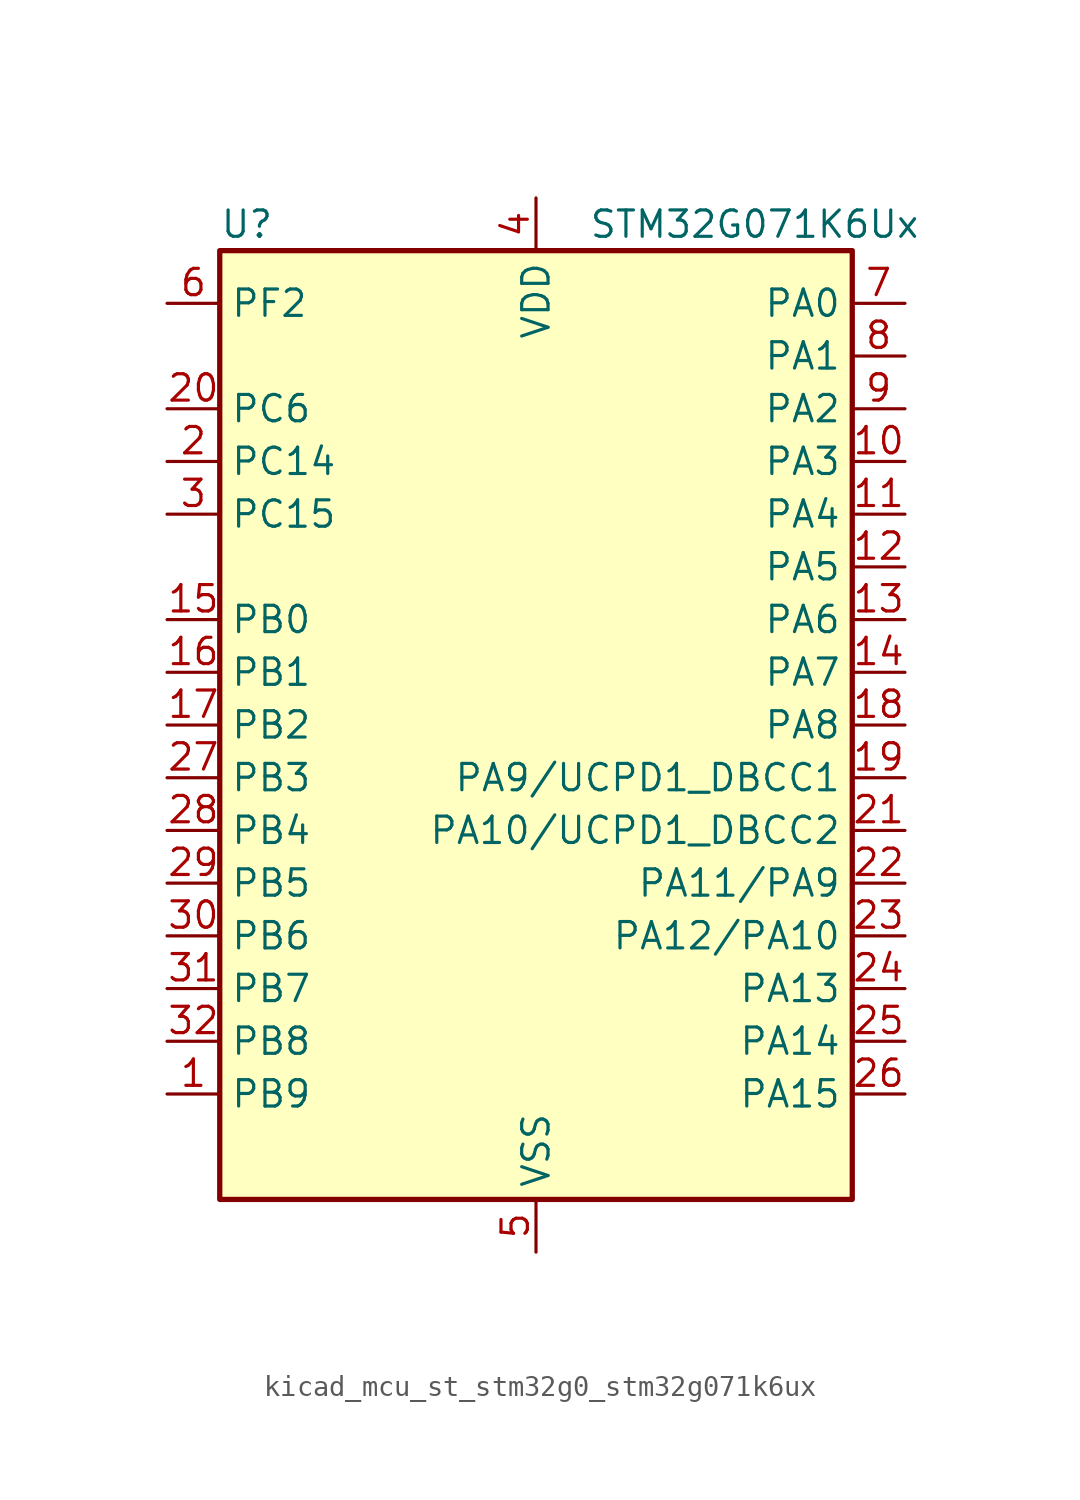
<source format=kicad_sym>
(kicad_symbol_lib
  (version 20220914)
  (generator kicad_symbol_editor)
  (symbol "kicad_mcu_st_stm32g0_stm32g071k6ux"
    (property "Reference" "U"
      (at -15.24 24.13 0)
      (effects (font (size 1.27 1.27)) (justify left)))
    (property "Value" "STM32G071K6Ux"
      (at 2.54 24.13 0)
      (effects (font (size 1.27 1.27)) (justify left)))
    (property "ki_locked" ""
      (at 0 0 0)
      (effects (font (size 1.27 1.27))))
    (symbol "kicad_mcu_st_stm32g0_stm32g071k6ux_0_1"
      (rectangle (start -15.24 -22.86) (end 15.24 22.86) (stroke (width 0.254) (type default)) (fill (type background))))
    (symbol "kicad_mcu_st_stm32g0_stm32g071k6ux_1_1"
      (pin bidirectional line (at -17.78 -17.78 0) (length 2.54) (name "PB9" (effects (font (size 1.27 1.27)))) (number "1" (effects (font (size 1.27 1.27)))) (alternate "DAC1_EXTI9" bidirectional line) (alternate "I2C1_SDA" bidirectional line) (alternate "IR_OUT" bidirectional line) (alternate "SPI2_NSS" bidirectional line) (alternate "TIM17_CH1" bidirectional line) (alternate "USART3_RX" bidirectional line))
      (pin bidirectional line (at 17.78 12.7 180) (length 2.54) (name "PA3" (effects (font (size 1.27 1.27)))) (number "10" (effects (font (size 1.27 1.27)))) (alternate "ADC1_IN3" bidirectional line) (alternate "COMP2_INP" bidirectional line) (alternate "LPUART1_RX" bidirectional line) (alternate "SPI2_MISO" bidirectional line) (alternate "TIM15_CH2" bidirectional line) (alternate "TIM2_CH4" bidirectional line) (alternate "USART2_RX" bidirectional line))
      (pin bidirectional line (at 17.78 10.16 180) (length 2.54) (name "PA4" (effects (font (size 1.27 1.27)))) (number "11" (effects (font (size 1.27 1.27)))) (alternate "ADC1_IN4" bidirectional line) (alternate "DAC1_OUT1" bidirectional line) (alternate "I2S1_WS" bidirectional line) (alternate "LPTIM2_OUT" bidirectional line) (alternate "RTC_OUT_ALARM" bidirectional line) (alternate "RTC_OUT_CALIB" bidirectional line) (alternate "RTC_TAMP_IN1" bidirectional line) (alternate "RTC_TS" bidirectional line) (alternate "SPI1_NSS" bidirectional line) (alternate "SPI2_MOSI" bidirectional line) (alternate "SYS_WKUP2" bidirectional line) (alternate "TIM14_CH1" bidirectional line))
      (pin bidirectional line (at 17.78 7.62 180) (length 2.54) (name "PA5" (effects (font (size 1.27 1.27)))) (number "12" (effects (font (size 1.27 1.27)))) (alternate "ADC1_IN5" bidirectional line) (alternate "CEC" bidirectional line) (alternate "DAC1_OUT2" bidirectional line) (alternate "I2S1_CK" bidirectional line) (alternate "LPTIM2_ETR" bidirectional line) (alternate "SPI1_SCK" bidirectional line) (alternate "TIM2_CH1" bidirectional line) (alternate "TIM2_ETR" bidirectional line) (alternate "UCPD1_FRSTX1" bidirectional line) (alternate "UCPD1_FRSTX2" bidirectional line) (alternate "USART3_TX" bidirectional line))
      (pin bidirectional line (at 17.78 5.08 180) (length 2.54) (name "PA6" (effects (font (size 1.27 1.27)))) (number "13" (effects (font (size 1.27 1.27)))) (alternate "ADC1_IN6" bidirectional line) (alternate "COMP1_OUT" bidirectional line) (alternate "I2S1_MCK" bidirectional line) (alternate "LPUART1_CTS" bidirectional line) (alternate "SPI1_MISO" bidirectional line) (alternate "TIM16_CH1" bidirectional line) (alternate "TIM1_BK" bidirectional line) (alternate "TIM3_CH1" bidirectional line) (alternate "USART3_CTS" bidirectional line) (alternate "USART3_NSS" bidirectional line))
      (pin bidirectional line (at 17.78 2.54 180) (length 2.54) (name "PA7" (effects (font (size 1.27 1.27)))) (number "14" (effects (font (size 1.27 1.27)))) (alternate "ADC1_IN7" bidirectional line) (alternate "COMP2_OUT" bidirectional line) (alternate "I2S1_SD" bidirectional line) (alternate "SPI1_MOSI" bidirectional line) (alternate "TIM14_CH1" bidirectional line) (alternate "TIM17_CH1" bidirectional line) (alternate "TIM1_CH1N" bidirectional line) (alternate "TIM3_CH2" bidirectional line) (alternate "UCPD1_FRSTX1" bidirectional line) (alternate "UCPD1_FRSTX2" bidirectional line))
      (pin bidirectional line (at -17.78 5.08 0) (length 2.54) (name "PB0" (effects (font (size 1.27 1.27)))) (number "15" (effects (font (size 1.27 1.27)))) (alternate "ADC1_IN8" bidirectional line) (alternate "COMP1_OUT" bidirectional line) (alternate "I2S1_WS" bidirectional line) (alternate "LPTIM1_OUT" bidirectional line) (alternate "SPI1_NSS" bidirectional line) (alternate "TIM1_CH2N" bidirectional line) (alternate "TIM3_CH3" bidirectional line) (alternate "UCPD1_FRSTX1" bidirectional line) (alternate "UCPD1_FRSTX2" bidirectional line) (alternate "USART3_RX" bidirectional line))
      (pin bidirectional line (at -17.78 2.54 0) (length 2.54) (name "PB1" (effects (font (size 1.27 1.27)))) (number "16" (effects (font (size 1.27 1.27)))) (alternate "ADC1_IN9" bidirectional line) (alternate "COMP1_INM" bidirectional line) (alternate "LPTIM2_IN1" bidirectional line) (alternate "LPUART1_DE" bidirectional line) (alternate "LPUART1_RTS" bidirectional line) (alternate "TIM14_CH1" bidirectional line) (alternate "TIM1_CH3N" bidirectional line) (alternate "TIM3_CH4" bidirectional line) (alternate "USART3_CK" bidirectional line) (alternate "USART3_DE" bidirectional line) (alternate "USART3_RTS" bidirectional line))
      (pin bidirectional line (at -17.78 0 0) (length 2.54) (name "PB2" (effects (font (size 1.27 1.27)))) (number "17" (effects (font (size 1.27 1.27)))) (alternate "ADC1_IN10" bidirectional line) (alternate "COMP1_INP" bidirectional line) (alternate "LPTIM1_OUT" bidirectional line) (alternate "SPI2_MISO" bidirectional line) (alternate "USART3_TX" bidirectional line))
      (pin bidirectional line (at 17.78 0 180) (length 2.54) (name "PA8" (effects (font (size 1.27 1.27)))) (number "18" (effects (font (size 1.27 1.27)))) (alternate "LPTIM2_OUT" bidirectional line) (alternate "RCC_MCO" bidirectional line) (alternate "SPI2_NSS" bidirectional line) (alternate "TIM1_CH1" bidirectional line) (alternate "UCPD1_CC1" bidirectional line))
      (pin bidirectional line (at 17.78 -2.54 180) (length 2.54) (name "PA9/UCPD1_DBCC1" (effects (font (size 1.27 1.27)))) (number "19" (effects (font (size 1.27 1.27)))) (alternate "DAC1_EXTI9" bidirectional line) (alternate "I2C1_SCL" bidirectional line) (alternate "RCC_MCO" bidirectional line) (alternate "SPI2_MISO" bidirectional line) (alternate "TIM15_BK" bidirectional line) (alternate "TIM1_CH2" bidirectional line) (alternate "UCPD1_DBCC1" bidirectional line) (alternate "USART1_TX" bidirectional line))
      (pin bidirectional line (at -17.78 12.7 0) (length 2.54) (name "PC14" (effects (font (size 1.27 1.27)))) (number "2" (effects (font (size 1.27 1.27)))) (alternate "RCC_OSC32_IN" bidirectional line) (alternate "RCC_OSC_IN" bidirectional line) (alternate "TIM1_BK2" bidirectional line))
      (pin bidirectional line (at -17.78 15.24 0) (length 2.54) (name "PC6" (effects (font (size 1.27 1.27)))) (number "20" (effects (font (size 1.27 1.27)))) (alternate "TIM2_CH3" bidirectional line) (alternate "TIM3_CH1" bidirectional line) (alternate "UCPD1_FRSTX1" bidirectional line) (alternate "UCPD1_FRSTX2" bidirectional line))
      (pin bidirectional line (at 17.78 -5.08 180) (length 2.54) (name "PA10/UCPD1_DBCC2" (effects (font (size 1.27 1.27)))) (number "21" (effects (font (size 1.27 1.27)))) (alternate "I2C1_SDA" bidirectional line) (alternate "SPI2_MOSI" bidirectional line) (alternate "TIM17_BK" bidirectional line) (alternate "TIM1_CH3" bidirectional line) (alternate "UCPD1_DBCC2" bidirectional line) (alternate "USART1_RX" bidirectional line))
      (pin bidirectional line (at 17.78 -7.62 180) (length 2.54) (name "PA11/PA9" (effects (font (size 1.27 1.27)))) (number "22" (effects (font (size 1.27 1.27)))) (alternate "ADC1_EXTI11" bidirectional line) (alternate "COMP1_OUT" bidirectional line) (alternate "I2C2_SCL" bidirectional line) (alternate "I2S1_MCK" bidirectional line) (alternate "SPI1_MISO" bidirectional line) (alternate "TIM1_BK2" bidirectional line) (alternate "TIM1_CH4" bidirectional line) (alternate "USART1_CTS" bidirectional line) (alternate "USART1_NSS" bidirectional line))
      (pin bidirectional line (at 17.78 -10.16 180) (length 2.54) (name "PA12/PA10" (effects (font (size 1.27 1.27)))) (number "23" (effects (font (size 1.27 1.27)))) (alternate "COMP2_OUT" bidirectional line) (alternate "I2C2_SDA" bidirectional line) (alternate "I2S1_SD" bidirectional line) (alternate "I2S_CKIN" bidirectional line) (alternate "SPI1_MOSI" bidirectional line) (alternate "TIM1_ETR" bidirectional line) (alternate "USART1_CK" bidirectional line) (alternate "USART1_DE" bidirectional line) (alternate "USART1_RTS" bidirectional line))
      (pin bidirectional line (at 17.78 -12.7 180) (length 2.54) (name "PA13" (effects (font (size 1.27 1.27)))) (number "24" (effects (font (size 1.27 1.27)))) (alternate "IR_OUT" bidirectional line) (alternate "SYS_SWDIO" bidirectional line))
      (pin bidirectional line (at 17.78 -15.24 180) (length 2.54) (name "PA14" (effects (font (size 1.27 1.27)))) (number "25" (effects (font (size 1.27 1.27)))) (alternate "SYS_SWCLK" bidirectional line) (alternate "USART2_TX" bidirectional line))
      (pin bidirectional line (at 17.78 -17.78 180) (length 2.54) (name "PA15" (effects (font (size 1.27 1.27)))) (number "26" (effects (font (size 1.27 1.27)))) (alternate "I2S1_WS" bidirectional line) (alternate "SPI1_NSS" bidirectional line) (alternate "TIM2_CH1" bidirectional line) (alternate "TIM2_ETR" bidirectional line) (alternate "USART2_RX" bidirectional line) (alternate "USART3_CK" bidirectional line) (alternate "USART3_DE" bidirectional line) (alternate "USART3_RTS" bidirectional line) (alternate "USART4_CK" bidirectional line) (alternate "USART4_DE" bidirectional line) (alternate "USART4_RTS" bidirectional line))
      (pin bidirectional line (at -17.78 -2.54 0) (length 2.54) (name "PB3" (effects (font (size 1.27 1.27)))) (number "27" (effects (font (size 1.27 1.27)))) (alternate "COMP2_INM" bidirectional line) (alternate "I2S1_CK" bidirectional line) (alternate "SPI1_SCK" bidirectional line) (alternate "TIM1_CH2" bidirectional line) (alternate "TIM2_CH2" bidirectional line) (alternate "USART1_CK" bidirectional line) (alternate "USART1_DE" bidirectional line) (alternate "USART1_RTS" bidirectional line))
      (pin bidirectional line (at -17.78 -5.08 0) (length 2.54) (name "PB4" (effects (font (size 1.27 1.27)))) (number "28" (effects (font (size 1.27 1.27)))) (alternate "COMP2_INP" bidirectional line) (alternate "I2S1_MCK" bidirectional line) (alternate "SPI1_MISO" bidirectional line) (alternate "TIM17_BK" bidirectional line) (alternate "TIM3_CH1" bidirectional line) (alternate "USART1_CTS" bidirectional line) (alternate "USART1_NSS" bidirectional line))
      (pin bidirectional line (at -17.78 -7.62 0) (length 2.54) (name "PB5" (effects (font (size 1.27 1.27)))) (number "29" (effects (font (size 1.27 1.27)))) (alternate "COMP2_OUT" bidirectional line) (alternate "I2C1_SMBA" bidirectional line) (alternate "I2S1_SD" bidirectional line) (alternate "LPTIM1_IN1" bidirectional line) (alternate "SPI1_MOSI" bidirectional line) (alternate "SYS_WKUP6" bidirectional line) (alternate "TIM16_BK" bidirectional line) (alternate "TIM3_CH2" bidirectional line))
      (pin bidirectional line (at -17.78 10.16 0) (length 2.54) (name "PC15" (effects (font (size 1.27 1.27)))) (number "3" (effects (font (size 1.27 1.27)))) (alternate "RCC_OSC32_EN" bidirectional line) (alternate "RCC_OSC32_OUT" bidirectional line) (alternate "RCC_OSC_EN" bidirectional line) (alternate "TIM15_BK" bidirectional line))
      (pin bidirectional line (at -17.78 -10.16 0) (length 2.54) (name "PB6" (effects (font (size 1.27 1.27)))) (number "30" (effects (font (size 1.27 1.27)))) (alternate "COMP2_INP" bidirectional line) (alternate "I2C1_SCL" bidirectional line) (alternate "LPTIM1_ETR" bidirectional line) (alternate "SPI2_MISO" bidirectional line) (alternate "TIM16_CH1N" bidirectional line) (alternate "TIM1_CH3" bidirectional line) (alternate "USART1_TX" bidirectional line))
      (pin bidirectional line (at -17.78 -12.7 0) (length 2.54) (name "PB7" (effects (font (size 1.27 1.27)))) (number "31" (effects (font (size 1.27 1.27)))) (alternate "COMP2_INM" bidirectional line) (alternate "I2C1_SDA" bidirectional line) (alternate "LPTIM1_IN2" bidirectional line) (alternate "SPI2_MOSI" bidirectional line) (alternate "SYS_PVD_IN" bidirectional line) (alternate "TIM17_CH1N" bidirectional line) (alternate "USART1_RX" bidirectional line) (alternate "USART4_CTS" bidirectional line) (alternate "USART4_NSS" bidirectional line))
      (pin bidirectional line (at -17.78 -15.24 0) (length 2.54) (name "PB8" (effects (font (size 1.27 1.27)))) (number "32" (effects (font (size 1.27 1.27)))) (alternate "CEC" bidirectional line) (alternate "I2C1_SCL" bidirectional line) (alternate "SPI2_SCK" bidirectional line) (alternate "TIM15_BK" bidirectional line) (alternate "TIM16_CH1" bidirectional line) (alternate "USART3_TX" bidirectional line))
      (pin passive line (at 0 -25.4 90) (length 2.54) hide (name "VSS" (effects (font (size 1.27 1.27)))) (number "33" (effects (font (size 1.27 1.27)))))
      (pin power_in line (at 0 25.4 270) (length 2.54) (name "VDD" (effects (font (size 1.27 1.27)))) (number "4" (effects (font (size 1.27 1.27)))))
      (pin power_in line (at 0 -25.4 90) (length 2.54) (name "VSS" (effects (font (size 1.27 1.27)))) (number "5" (effects (font (size 1.27 1.27)))))
      (pin bidirectional line (at -17.78 20.32 0) (length 2.54) (name "PF2" (effects (font (size 1.27 1.27)))) (number "6" (effects (font (size 1.27 1.27)))) (alternate "RCC_MCO" bidirectional line))
      (pin bidirectional line (at 17.78 20.32 180) (length 2.54) (name "PA0" (effects (font (size 1.27 1.27)))) (number "7" (effects (font (size 1.27 1.27)))) (alternate "ADC1_IN0" bidirectional line) (alternate "COMP1_INM" bidirectional line) (alternate "COMP1_OUT" bidirectional line) (alternate "LPTIM1_OUT" bidirectional line) (alternate "RTC_TAMP_IN2" bidirectional line) (alternate "SPI2_SCK" bidirectional line) (alternate "SYS_WKUP1" bidirectional line) (alternate "TIM2_CH1" bidirectional line) (alternate "TIM2_ETR" bidirectional line) (alternate "USART2_CTS" bidirectional line) (alternate "USART2_NSS" bidirectional line) (alternate "USART4_TX" bidirectional line))
      (pin bidirectional line (at 17.78 17.78 180) (length 2.54) (name "PA1" (effects (font (size 1.27 1.27)))) (number "8" (effects (font (size 1.27 1.27)))) (alternate "ADC1_IN1" bidirectional line) (alternate "COMP1_INP" bidirectional line) (alternate "I2C1_SMBA" bidirectional line) (alternate "I2S1_CK" bidirectional line) (alternate "SPI1_SCK" bidirectional line) (alternate "TIM15_CH1N" bidirectional line) (alternate "TIM2_CH2" bidirectional line) (alternate "USART2_CK" bidirectional line) (alternate "USART2_DE" bidirectional line) (alternate "USART2_RTS" bidirectional line) (alternate "USART4_RX" bidirectional line))
      (pin bidirectional line (at 17.78 15.24 180) (length 2.54) (name "PA2" (effects (font (size 1.27 1.27)))) (number "9" (effects (font (size 1.27 1.27)))) (alternate "ADC1_IN2" bidirectional line) (alternate "COMP2_INM" bidirectional line) (alternate "COMP2_OUT" bidirectional line) (alternate "I2S1_SD" bidirectional line) (alternate "LPUART1_TX" bidirectional line) (alternate "RCC_LSCO" bidirectional line) (alternate "SPI1_MOSI" bidirectional line) (alternate "SYS_WKUP4" bidirectional line) (alternate "TIM15_CH1" bidirectional line) (alternate "TIM2_CH3" bidirectional line) (alternate "UCPD1_FRSTX1" bidirectional line) (alternate "UCPD1_FRSTX2" bidirectional line) (alternate "USART2_TX" bidirectional line)))))
</source>
